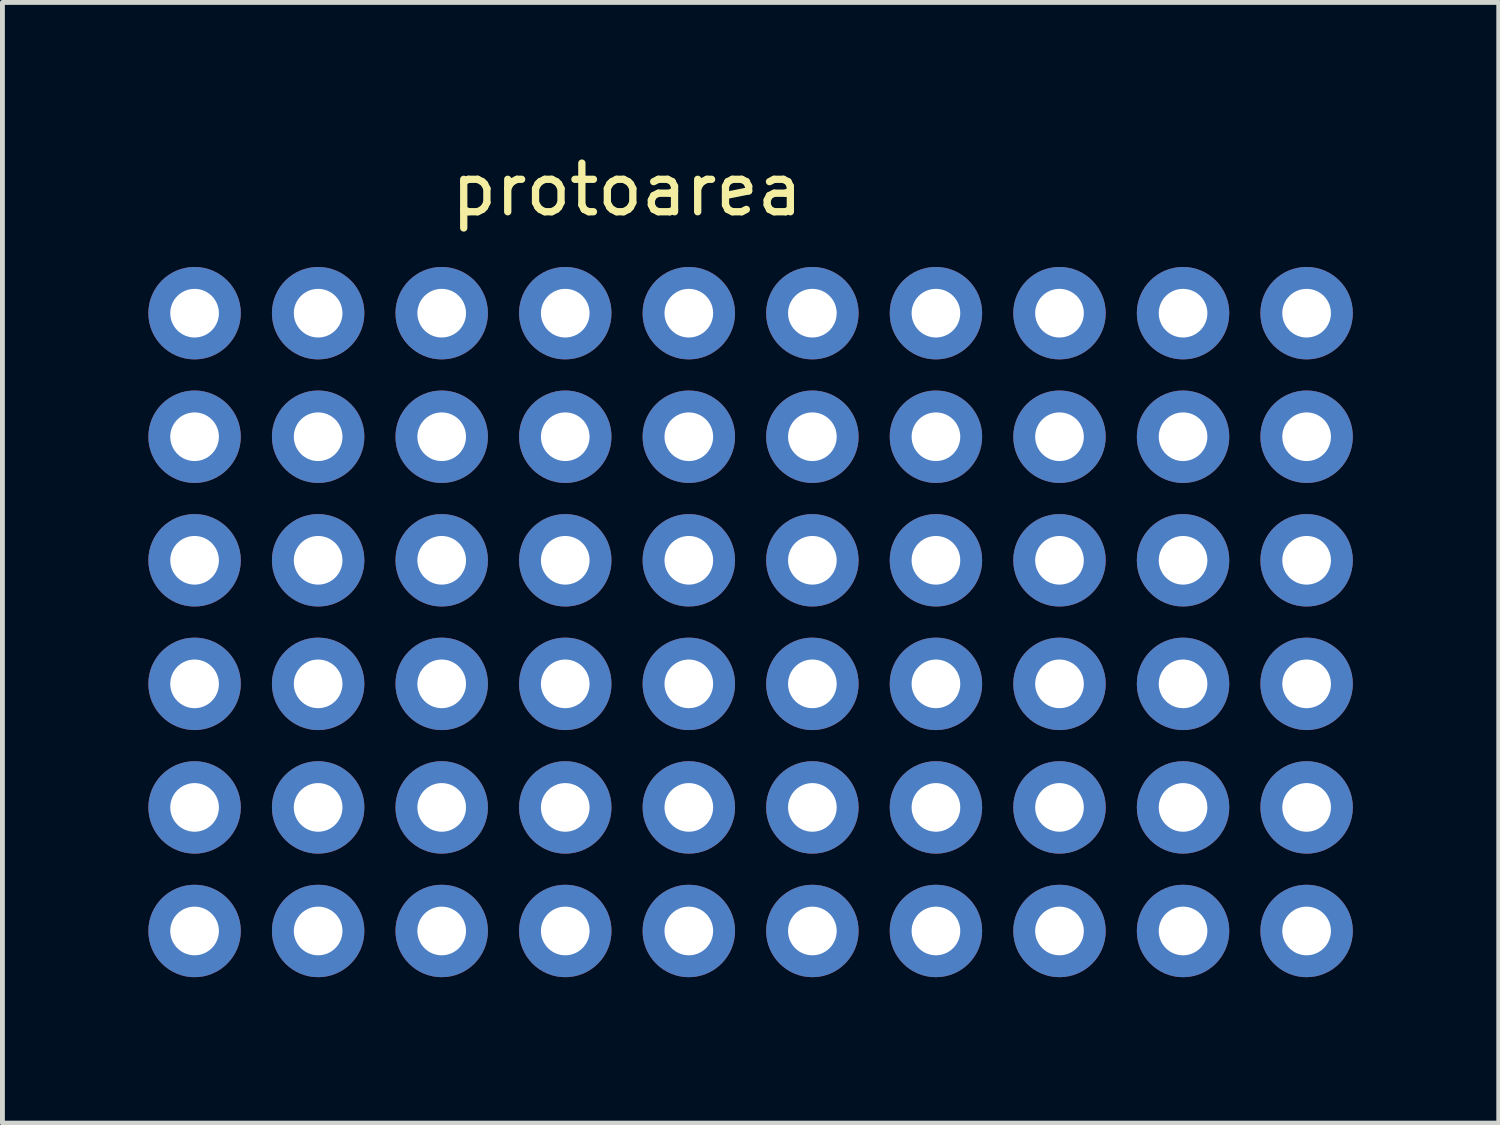
<source format=kicad_pcb>
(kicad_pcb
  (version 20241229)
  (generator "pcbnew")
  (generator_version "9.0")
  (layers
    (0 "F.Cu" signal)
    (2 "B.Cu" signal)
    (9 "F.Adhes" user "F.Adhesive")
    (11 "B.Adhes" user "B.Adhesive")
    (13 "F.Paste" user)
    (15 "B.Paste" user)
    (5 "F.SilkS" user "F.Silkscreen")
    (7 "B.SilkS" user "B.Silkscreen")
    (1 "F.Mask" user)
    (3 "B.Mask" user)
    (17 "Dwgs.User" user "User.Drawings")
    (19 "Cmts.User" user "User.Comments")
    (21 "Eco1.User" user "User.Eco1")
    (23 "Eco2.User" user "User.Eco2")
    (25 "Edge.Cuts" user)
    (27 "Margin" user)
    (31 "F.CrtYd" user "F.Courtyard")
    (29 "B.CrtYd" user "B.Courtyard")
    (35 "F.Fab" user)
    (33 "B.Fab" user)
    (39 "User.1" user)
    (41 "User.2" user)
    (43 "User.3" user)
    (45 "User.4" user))
  (footprint "protoarea"
    (layer "F.Cu")
    (at 0.95 3.388)
    (property "Reference" "protoarea" (at 8.89 -2.54 0) (layer "F.SilkS") (effects (font (size 1 1) (thickness 0.15))))
    (attr through_hole)
    (pad "" np_thru_hole circle (at 0 0) (size 1.9 1.9) (drill 1) (layers "*.Cu" "*.Mask"))
    (pad "" np_thru_hole circle (at 0 2.54) (size 1.9 1.9) (drill 1) (layers "*.Cu" "*.Mask"))
    (pad "" np_thru_hole circle (at 0 5.08) (size 1.9 1.9) (drill 1) (layers "*.Cu" "*.Mask"))
    (pad "" np_thru_hole circle (at 0 7.62) (size 1.9 1.9) (drill 1) (layers "*.Cu" "*.Mask"))
    (pad "" np_thru_hole circle (at 0 10.16) (size 1.9 1.9) (drill 1) (layers "*.Cu" "*.Mask"))
    (pad "" np_thru_hole circle (at 0 12.7) (size 1.9 1.9) (drill 1) (layers "*.Cu" "*.Mask"))
    (pad "" np_thru_hole circle (at 2.54 0) (size 1.9 1.9) (drill 1) (layers "*.Cu" "*.Mask"))
    (pad "" np_thru_hole circle (at 2.54 2.54) (size 1.9 1.9) (drill 1) (layers "*.Cu" "*.Mask"))
    (pad "" np_thru_hole circle (at 2.54 5.08) (size 1.9 1.9) (drill 1) (layers "*.Cu" "*.Mask"))
    (pad "" np_thru_hole circle (at 2.54 7.62) (size 1.9 1.9) (drill 1) (layers "*.Cu" "*.Mask"))
    (pad "" np_thru_hole circle (at 2.54 10.16) (size 1.9 1.9) (drill 1) (layers "*.Cu" "*.Mask"))
    (pad "" np_thru_hole circle (at 2.54 12.7) (size 1.9 1.9) (drill 1) (layers "*.Cu" "*.Mask"))
    (pad "" np_thru_hole circle (at 5.08 0) (size 1.9 1.9) (drill 1) (layers "*.Cu" "*.Mask"))
    (pad "" np_thru_hole circle (at 5.08 2.54) (size 1.9 1.9) (drill 1) (layers "*.Cu" "*.Mask"))
    (pad "" np_thru_hole circle (at 5.08 5.08) (size 1.9 1.9) (drill 1) (layers "*.Cu" "*.Mask"))
    (pad "" np_thru_hole circle (at 5.08 7.62) (size 1.9 1.9) (drill 1) (layers "*.Cu" "*.Mask"))
    (pad "" np_thru_hole circle (at 5.08 10.16) (size 1.9 1.9) (drill 1) (layers "*.Cu" "*.Mask"))
    (pad "" np_thru_hole circle (at 5.08 12.7) (size 1.9 1.9) (drill 1) (layers "*.Cu" "*.Mask"))
    (pad "" np_thru_hole circle (at 7.62 0) (size 1.9 1.9) (drill 1) (layers "*.Cu" "*.Mask"))
    (pad "" np_thru_hole circle (at 7.62 2.54) (size 1.9 1.9) (drill 1) (layers "*.Cu" "*.Mask"))
    (pad "" np_thru_hole circle (at 7.62 5.08) (size 1.9 1.9) (drill 1) (layers "*.Cu" "*.Mask"))
    (pad "" np_thru_hole circle (at 7.62 7.62) (size 1.9 1.9) (drill 1) (layers "*.Cu" "*.Mask"))
    (pad "" np_thru_hole circle (at 7.62 10.16) (size 1.9 1.9) (drill 1) (layers "*.Cu" "*.Mask"))
    (pad "" np_thru_hole circle (at 7.62 12.7) (size 1.9 1.9) (drill 1) (layers "*.Cu" "*.Mask"))
    (pad "" np_thru_hole circle (at 10.16 0) (size 1.9 1.9) (drill 1) (layers "*.Cu" "*.Mask"))
    (pad "" np_thru_hole circle (at 10.16 2.54) (size 1.9 1.9) (drill 1) (layers "*.Cu" "*.Mask"))
    (pad "" np_thru_hole circle (at 10.16 5.08) (size 1.9 1.9) (drill 1) (layers "*.Cu" "*.Mask"))
    (pad "" np_thru_hole circle (at 10.16 7.62) (size 1.9 1.9) (drill 1) (layers "*.Cu" "*.Mask"))
    (pad "" np_thru_hole circle (at 10.16 10.16) (size 1.9 1.9) (drill 1) (layers "*.Cu" "*.Mask"))
    (pad "" np_thru_hole circle (at 10.16 12.7) (size 1.9 1.9) (drill 1) (layers "*.Cu" "*.Mask"))
    (pad "" np_thru_hole circle (at 12.7 0) (size 1.9 1.9) (drill 1) (layers "*.Cu" "*.Mask"))
    (pad "" np_thru_hole circle (at 12.7 2.54) (size 1.9 1.9) (drill 1) (layers "*.Cu" "*.Mask"))
    (pad "" np_thru_hole circle (at 12.7 5.08) (size 1.9 1.9) (drill 1) (layers "*.Cu" "*.Mask"))
    (pad "" np_thru_hole circle (at 12.7 7.62) (size 1.9 1.9) (drill 1) (layers "*.Cu" "*.Mask"))
    (pad "" np_thru_hole circle (at 12.7 10.16) (size 1.9 1.9) (drill 1) (layers "*.Cu" "*.Mask"))
    (pad "" np_thru_hole circle (at 12.7 12.7) (size 1.9 1.9) (drill 1) (layers "*.Cu" "*.Mask"))
    (pad "" np_thru_hole circle (at 15.24 0) (size 1.9 1.9) (drill 1) (layers "*.Cu" "*.Mask"))
    (pad "" np_thru_hole circle (at 15.24 2.54) (size 1.9 1.9) (drill 1) (layers "*.Cu" "*.Mask"))
    (pad "" np_thru_hole circle (at 15.24 5.08) (size 1.9 1.9) (drill 1) (layers "*.Cu" "*.Mask"))
    (pad "" np_thru_hole circle (at 15.24 7.62) (size 1.9 1.9) (drill 1) (layers "*.Cu" "*.Mask"))
    (pad "" np_thru_hole circle (at 15.24 10.16) (size 1.9 1.9) (drill 1) (layers "*.Cu" "*.Mask"))
    (pad "" np_thru_hole circle (at 15.24 12.7) (size 1.9 1.9) (drill 1) (layers "*.Cu" "*.Mask"))
    (pad "" np_thru_hole circle (at 17.78 0) (size 1.9 1.9) (drill 1) (layers "*.Cu" "*.Mask"))
    (pad "" np_thru_hole circle (at 17.78 2.54) (size 1.9 1.9) (drill 1) (layers "*.Cu" "*.Mask"))
    (pad "" np_thru_hole circle (at 17.78 5.08) (size 1.9 1.9) (drill 1) (layers "*.Cu" "*.Mask"))
    (pad "" np_thru_hole circle (at 17.78 7.62) (size 1.9 1.9) (drill 1) (layers "*.Cu" "*.Mask"))
    (pad "" np_thru_hole circle (at 17.78 10.16) (size 1.9 1.9) (drill 1) (layers "*.Cu" "*.Mask"))
    (pad "" np_thru_hole circle (at 17.78 12.7) (size 1.9 1.9) (drill 1) (layers "*.Cu" "*.Mask"))
    (pad "" np_thru_hole circle (at 20.32 0) (size 1.9 1.9) (drill 1) (layers "*.Cu" "*.Mask"))
    (pad "" np_thru_hole circle (at 20.32 2.54) (size 1.9 1.9) (drill 1) (layers "*.Cu" "*.Mask"))
    (pad "" np_thru_hole circle (at 20.32 5.08) (size 1.9 1.9) (drill 1) (layers "*.Cu" "*.Mask"))
    (pad "" np_thru_hole circle (at 20.32 7.62) (size 1.9 1.9) (drill 1) (layers "*.Cu" "*.Mask"))
    (pad "" np_thru_hole circle (at 20.32 10.16) (size 1.9 1.9) (drill 1) (layers "*.Cu" "*.Mask"))
    (pad "" np_thru_hole circle (at 20.32 12.7) (size 1.9 1.9) (drill 1) (layers "*.Cu" "*.Mask"))
    (pad "" np_thru_hole circle (at 22.86 0) (size 1.9 1.9) (drill 1) (layers "*.Cu" "*.Mask"))
    (pad "" np_thru_hole circle (at 22.86 2.54) (size 1.9 1.9) (drill 1) (layers "*.Cu" "*.Mask"))
    (pad "" np_thru_hole circle (at 22.86 5.08) (size 1.9 1.9) (drill 1) (layers "*.Cu" "*.Mask"))
    (pad "" np_thru_hole circle (at 22.86 7.62) (size 1.9 1.9) (drill 1) (layers "*.Cu" "*.Mask"))
    (pad "" np_thru_hole circle (at 22.86 10.16) (size 1.9 1.9) (drill 1) (layers "*.Cu" "*.Mask"))
    (pad "" np_thru_hole circle (at 22.86 12.7) (size 1.9 1.9) (drill 1) (layers "*.Cu" "*.Mask")))
  (gr_rect
    (start -3 -3)
    (end 27.76 20.038)
    (stroke (width 0.1) (type default))
    (fill no)
    (layer "Edge.Cuts")))
</source>
